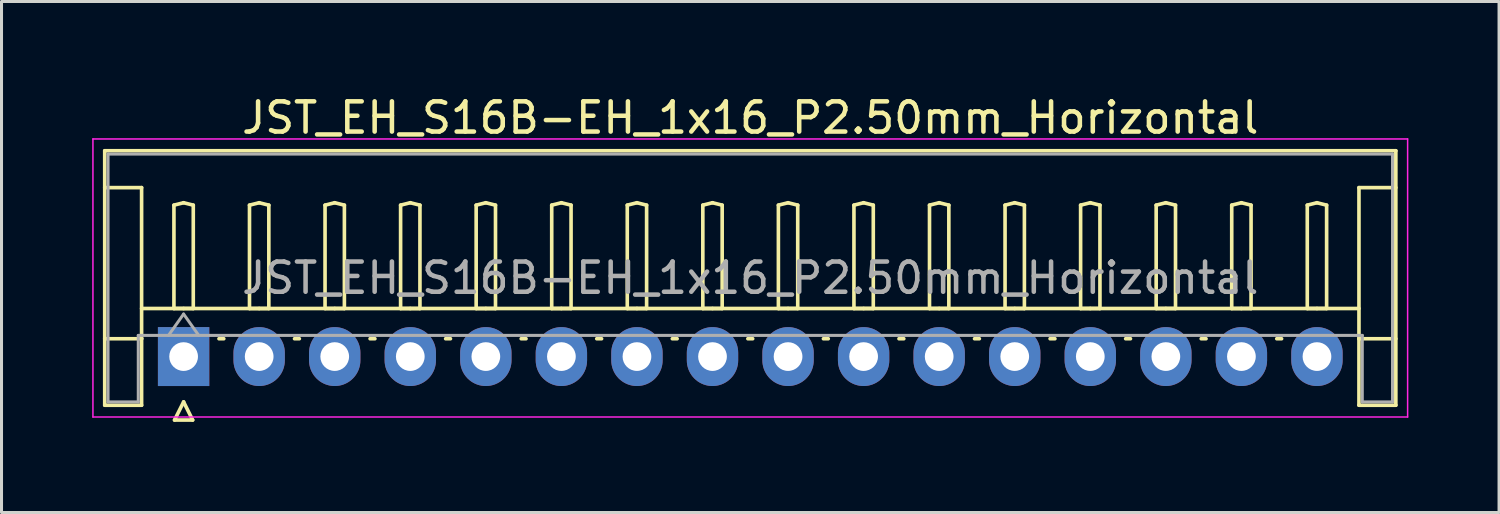
<source format=kicad_pcb>
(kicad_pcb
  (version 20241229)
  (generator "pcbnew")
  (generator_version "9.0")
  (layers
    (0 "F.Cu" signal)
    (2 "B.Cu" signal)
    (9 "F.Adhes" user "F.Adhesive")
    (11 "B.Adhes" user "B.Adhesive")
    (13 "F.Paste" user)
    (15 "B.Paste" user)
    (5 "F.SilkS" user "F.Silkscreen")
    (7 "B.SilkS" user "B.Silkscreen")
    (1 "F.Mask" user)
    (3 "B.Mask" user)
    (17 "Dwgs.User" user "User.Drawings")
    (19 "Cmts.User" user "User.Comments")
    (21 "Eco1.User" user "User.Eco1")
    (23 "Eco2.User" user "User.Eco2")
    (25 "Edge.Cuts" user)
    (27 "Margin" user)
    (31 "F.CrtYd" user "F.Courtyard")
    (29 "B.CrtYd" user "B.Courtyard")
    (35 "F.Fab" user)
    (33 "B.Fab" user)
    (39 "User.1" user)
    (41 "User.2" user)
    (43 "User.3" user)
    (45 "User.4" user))
  (footprint "JST_EH_S16B-EH_1x16_P2.50mm_Horizontal"
    (layer "F.Cu")
    (at 3.025 8.748)
    (property "Reference" "JST_EH_S16B-EH_1x16_P2.50mm_Horizontal" (at 18.75 -7.9 0) (layer "F.SilkS") (effects (font (size 1 1) (thickness 0.15))))
    (attr through_hole)
    (fp_line (start -2.61 -6.81) (end 40.11 -6.81) (stroke (width 0.12) (type solid)) (layer "F.SilkS"))
    (fp_line (start -2.61 -5.59) (end -1.39 -5.59) (stroke (width 0.12) (type solid)) (layer "F.SilkS"))
    (fp_line (start -2.61 1.61) (end -2.61 -6.81) (stroke (width 0.12) (type solid)) (layer "F.SilkS"))
    (fp_line (start -1.39 -5.59) (end -1.39 -0.59) (stroke (width 0.12) (type solid)) (layer "F.SilkS"))
    (fp_line (start -1.39 -1.59) (end 38.89 -1.59) (stroke (width 0.12) (type solid)) (layer "F.SilkS"))
    (fp_line (start -1.39 -0.59) (end -2.61 -0.59) (stroke (width 0.12) (type solid)) (layer "F.SilkS"))
    (fp_line (start -1.39 -0.59) (end -1.39 1.61) (stroke (width 0.12) (type solid)) (layer "F.SilkS"))
    (fp_line (start -1.39 1.61) (end -2.61 1.61) (stroke (width 0.12) (type solid)) (layer "F.SilkS"))
    (fp_line (start -0.32 -5.01) (end 0 -5.09) (stroke (width 0.12) (type solid)) (layer "F.SilkS"))
    (fp_line (start -0.32 -1.59) (end -0.32 -5.01) (stroke (width 0.12) (type solid)) (layer "F.SilkS"))
    (fp_line (start -0.3 2.1) (end 0.3 2.1) (stroke (width 0.12) (type solid)) (layer "F.SilkS"))
    (fp_line (start 0 -5.09) (end 0.32 -5.01) (stroke (width 0.12) (type solid)) (layer "F.SilkS"))
    (fp_line (start 0 -1.59) (end -0.32 -1.59) (stroke (width 0.12) (type solid)) (layer "F.SilkS"))
    (fp_line (start 0 1.5) (end -0.3 2.1) (stroke (width 0.12) (type solid)) (layer "F.SilkS"))
    (fp_line (start 0.3 2.1) (end 0 1.5) (stroke (width 0.12) (type solid)) (layer "F.SilkS"))
    (fp_line (start 0.32 -5.01) (end 0.32 -1.59) (stroke (width 0.12) (type solid)) (layer "F.SilkS"))
    (fp_line (start 0.32 -1.59) (end 0 -1.59) (stroke (width 0.12) (type solid)) (layer "F.SilkS"))
    (fp_line (start 1.17 -0.59) (end 1.33 -0.59) (stroke (width 0.12) (type solid)) (layer "F.SilkS"))
    (fp_line (start 2.18 -5.01) (end 2.5 -5.09) (stroke (width 0.12) (type solid)) (layer "F.SilkS"))
    (fp_line (start 2.18 -1.59) (end 2.18 -5.01) (stroke (width 0.12) (type solid)) (layer "F.SilkS"))
    (fp_line (start 2.5 -5.09) (end 2.82 -5.01) (stroke (width 0.12) (type solid)) (layer "F.SilkS"))
    (fp_line (start 2.5 -1.59) (end 2.18 -1.59) (stroke (width 0.12) (type solid)) (layer "F.SilkS"))
    (fp_line (start 2.82 -5.01) (end 2.82 -1.59) (stroke (width 0.12) (type solid)) (layer "F.SilkS"))
    (fp_line (start 2.82 -1.59) (end 2.5 -1.59) (stroke (width 0.12) (type solid)) (layer "F.SilkS"))
    (fp_line (start 3.67 -0.59) (end 3.83 -0.59) (stroke (width 0.12) (type solid)) (layer "F.SilkS"))
    (fp_line (start 4.68 -5.01) (end 5 -5.09) (stroke (width 0.12) (type solid)) (layer "F.SilkS"))
    (fp_line (start 4.68 -1.59) (end 4.68 -5.01) (stroke (width 0.12) (type solid)) (layer "F.SilkS"))
    (fp_line (start 5 -5.09) (end 5.32 -5.01) (stroke (width 0.12) (type solid)) (layer "F.SilkS"))
    (fp_line (start 5 -1.59) (end 4.68 -1.59) (stroke (width 0.12) (type solid)) (layer "F.SilkS"))
    (fp_line (start 5.32 -5.01) (end 5.32 -1.59) (stroke (width 0.12) (type solid)) (layer "F.SilkS"))
    (fp_line (start 5.32 -1.59) (end 5 -1.59) (stroke (width 0.12) (type solid)) (layer "F.SilkS"))
    (fp_line (start 6.17 -0.59) (end 6.33 -0.59) (stroke (width 0.12) (type solid)) (layer "F.SilkS"))
    (fp_line (start 7.18 -5.01) (end 7.5 -5.09) (stroke (width 0.12) (type solid)) (layer "F.SilkS"))
    (fp_line (start 7.18 -1.59) (end 7.18 -5.01) (stroke (width 0.12) (type solid)) (layer "F.SilkS"))
    (fp_line (start 7.5 -5.09) (end 7.82 -5.01) (stroke (width 0.12) (type solid)) (layer "F.SilkS"))
    (fp_line (start 7.5 -1.59) (end 7.18 -1.59) (stroke (width 0.12) (type solid)) (layer "F.SilkS"))
    (fp_line (start 7.82 -5.01) (end 7.82 -1.59) (stroke (width 0.12) (type solid)) (layer "F.SilkS"))
    (fp_line (start 7.82 -1.59) (end 7.5 -1.59) (stroke (width 0.12) (type solid)) (layer "F.SilkS"))
    (fp_line (start 8.67 -0.59) (end 8.83 -0.59) (stroke (width 0.12) (type solid)) (layer "F.SilkS"))
    (fp_line (start 9.68 -5.01) (end 10 -5.09) (stroke (width 0.12) (type solid)) (layer "F.SilkS"))
    (fp_line (start 9.68 -1.59) (end 9.68 -5.01) (stroke (width 0.12) (type solid)) (layer "F.SilkS"))
    (fp_line (start 10 -5.09) (end 10.32 -5.01) (stroke (width 0.12) (type solid)) (layer "F.SilkS"))
    (fp_line (start 10 -1.59) (end 9.68 -1.59) (stroke (width 0.12) (type solid)) (layer "F.SilkS"))
    (fp_line (start 10.32 -5.01) (end 10.32 -1.59) (stroke (width 0.12) (type solid)) (layer "F.SilkS"))
    (fp_line (start 10.32 -1.59) (end 10 -1.59) (stroke (width 0.12) (type solid)) (layer "F.SilkS"))
    (fp_line (start 11.17 -0.59) (end 11.33 -0.59) (stroke (width 0.12) (type solid)) (layer "F.SilkS"))
    (fp_line (start 12.18 -5.01) (end 12.5 -5.09) (stroke (width 0.12) (type solid)) (layer "F.SilkS"))
    (fp_line (start 12.18 -1.59) (end 12.18 -5.01) (stroke (width 0.12) (type solid)) (layer "F.SilkS"))
    (fp_line (start 12.5 -5.09) (end 12.82 -5.01) (stroke (width 0.12) (type solid)) (layer "F.SilkS"))
    (fp_line (start 12.5 -1.59) (end 12.18 -1.59) (stroke (width 0.12) (type solid)) (layer "F.SilkS"))
    (fp_line (start 12.82 -5.01) (end 12.82 -1.59) (stroke (width 0.12) (type solid)) (layer "F.SilkS"))
    (fp_line (start 12.82 -1.59) (end 12.5 -1.59) (stroke (width 0.12) (type solid)) (layer "F.SilkS"))
    (fp_line (start 13.67 -0.59) (end 13.83 -0.59) (stroke (width 0.12) (type solid)) (layer "F.SilkS"))
    (fp_line (start 14.68 -5.01) (end 15 -5.09) (stroke (width 0.12) (type solid)) (layer "F.SilkS"))
    (fp_line (start 14.68 -1.59) (end 14.68 -5.01) (stroke (width 0.12) (type solid)) (layer "F.SilkS"))
    (fp_line (start 15 -5.09) (end 15.32 -5.01) (stroke (width 0.12) (type solid)) (layer "F.SilkS"))
    (fp_line (start 15 -1.59) (end 14.68 -1.59) (stroke (width 0.12) (type solid)) (layer "F.SilkS"))
    (fp_line (start 15.32 -5.01) (end 15.32 -1.59) (stroke (width 0.12) (type solid)) (layer "F.SilkS"))
    (fp_line (start 15.32 -1.59) (end 15 -1.59) (stroke (width 0.12) (type solid)) (layer "F.SilkS"))
    (fp_line (start 16.17 -0.59) (end 16.33 -0.59) (stroke (width 0.12) (type solid)) (layer "F.SilkS"))
    (fp_line (start 17.18 -5.01) (end 17.5 -5.09) (stroke (width 0.12) (type solid)) (layer "F.SilkS"))
    (fp_line (start 17.18 -1.59) (end 17.18 -5.01) (stroke (width 0.12) (type solid)) (layer "F.SilkS"))
    (fp_line (start 17.5 -5.09) (end 17.82 -5.01) (stroke (width 0.12) (type solid)) (layer "F.SilkS"))
    (fp_line (start 17.5 -1.59) (end 17.18 -1.59) (stroke (width 0.12) (type solid)) (layer "F.SilkS"))
    (fp_line (start 17.82 -5.01) (end 17.82 -1.59) (stroke (width 0.12) (type solid)) (layer "F.SilkS"))
    (fp_line (start 17.82 -1.59) (end 17.5 -1.59) (stroke (width 0.12) (type solid)) (layer "F.SilkS"))
    (fp_line (start 18.67 -0.59) (end 18.83 -0.59) (stroke (width 0.12) (type solid)) (layer "F.SilkS"))
    (fp_line (start 19.68 -5.01) (end 20 -5.09) (stroke (width 0.12) (type solid)) (layer "F.SilkS"))
    (fp_line (start 19.68 -1.59) (end 19.68 -5.01) (stroke (width 0.12) (type solid)) (layer "F.SilkS"))
    (fp_line (start 20 -5.09) (end 20.32 -5.01) (stroke (width 0.12) (type solid)) (layer "F.SilkS"))
    (fp_line (start 20 -1.59) (end 19.68 -1.59) (stroke (width 0.12) (type solid)) (layer "F.SilkS"))
    (fp_line (start 20.32 -5.01) (end 20.32 -1.59) (stroke (width 0.12) (type solid)) (layer "F.SilkS"))
    (fp_line (start 20.32 -1.59) (end 20 -1.59) (stroke (width 0.12) (type solid)) (layer "F.SilkS"))
    (fp_line (start 21.17 -0.59) (end 21.33 -0.59) (stroke (width 0.12) (type solid)) (layer "F.SilkS"))
    (fp_line (start 22.18 -5.01) (end 22.5 -5.09) (stroke (width 0.12) (type solid)) (layer "F.SilkS"))
    (fp_line (start 22.18 -1.59) (end 22.18 -5.01) (stroke (width 0.12) (type solid)) (layer "F.SilkS"))
    (fp_line (start 22.5 -5.09) (end 22.82 -5.01) (stroke (width 0.12) (type solid)) (layer "F.SilkS"))
    (fp_line (start 22.5 -1.59) (end 22.18 -1.59) (stroke (width 0.12) (type solid)) (layer "F.SilkS"))
    (fp_line (start 22.82 -5.01) (end 22.82 -1.59) (stroke (width 0.12) (type solid)) (layer "F.SilkS"))
    (fp_line (start 22.82 -1.59) (end 22.5 -1.59) (stroke (width 0.12) (type solid)) (layer "F.SilkS"))
    (fp_line (start 23.67 -0.59) (end 23.83 -0.59) (stroke (width 0.12) (type solid)) (layer "F.SilkS"))
    (fp_line (start 24.68 -5.01) (end 25 -5.09) (stroke (width 0.12) (type solid)) (layer "F.SilkS"))
    (fp_line (start 24.68 -1.59) (end 24.68 -5.01) (stroke (width 0.12) (type solid)) (layer "F.SilkS"))
    (fp_line (start 25 -5.09) (end 25.32 -5.01) (stroke (width 0.12) (type solid)) (layer "F.SilkS"))
    (fp_line (start 25 -1.59) (end 24.68 -1.59) (stroke (width 0.12) (type solid)) (layer "F.SilkS"))
    (fp_line (start 25.32 -5.01) (end 25.32 -1.59) (stroke (width 0.12) (type solid)) (layer "F.SilkS"))
    (fp_line (start 25.32 -1.59) (end 25 -1.59) (stroke (width 0.12) (type solid)) (layer "F.SilkS"))
    (fp_line (start 26.17 -0.59) (end 26.33 -0.59) (stroke (width 0.12) (type solid)) (layer "F.SilkS"))
    (fp_line (start 27.18 -5.01) (end 27.5 -5.09) (stroke (width 0.12) (type solid)) (layer "F.SilkS"))
    (fp_line (start 27.18 -1.59) (end 27.18 -5.01) (stroke (width 0.12) (type solid)) (layer "F.SilkS"))
    (fp_line (start 27.5 -5.09) (end 27.82 -5.01) (stroke (width 0.12) (type solid)) (layer "F.SilkS"))
    (fp_line (start 27.5 -1.59) (end 27.18 -1.59) (stroke (width 0.12) (type solid)) (layer "F.SilkS"))
    (fp_line (start 27.82 -5.01) (end 27.82 -1.59) (stroke (width 0.12) (type solid)) (layer "F.SilkS"))
    (fp_line (start 27.82 -1.59) (end 27.5 -1.59) (stroke (width 0.12) (type solid)) (layer "F.SilkS"))
    (fp_line (start 28.67 -0.59) (end 28.83 -0.59) (stroke (width 0.12) (type solid)) (layer "F.SilkS"))
    (fp_line (start 29.68 -5.01) (end 30 -5.09) (stroke (width 0.12) (type solid)) (layer "F.SilkS"))
    (fp_line (start 29.68 -1.59) (end 29.68 -5.01) (stroke (width 0.12) (type solid)) (layer "F.SilkS"))
    (fp_line (start 30 -5.09) (end 30.32 -5.01) (stroke (width 0.12) (type solid)) (layer "F.SilkS"))
    (fp_line (start 30 -1.59) (end 29.68 -1.59) (stroke (width 0.12) (type solid)) (layer "F.SilkS"))
    (fp_line (start 30.32 -5.01) (end 30.32 -1.59) (stroke (width 0.12) (type solid)) (layer "F.SilkS"))
    (fp_line (start 30.32 -1.59) (end 30 -1.59) (stroke (width 0.12) (type solid)) (layer "F.SilkS"))
    (fp_line (start 31.17 -0.59) (end 31.33 -0.59) (stroke (width 0.12) (type solid)) (layer "F.SilkS"))
    (fp_line (start 32.18 -5.01) (end 32.5 -5.09) (stroke (width 0.12) (type solid)) (layer "F.SilkS"))
    (fp_line (start 32.18 -1.59) (end 32.18 -5.01) (stroke (width 0.12) (type solid)) (layer "F.SilkS"))
    (fp_line (start 32.5 -5.09) (end 32.82 -5.01) (stroke (width 0.12) (type solid)) (layer "F.SilkS"))
    (fp_line (start 32.5 -1.59) (end 32.18 -1.59) (stroke (width 0.12) (type solid)) (layer "F.SilkS"))
    (fp_line (start 32.82 -5.01) (end 32.82 -1.59) (stroke (width 0.12) (type solid)) (layer "F.SilkS"))
    (fp_line (start 32.82 -1.59) (end 32.5 -1.59) (stroke (width 0.12) (type solid)) (layer "F.SilkS"))
    (fp_line (start 33.67 -0.59) (end 33.83 -0.59) (stroke (width 0.12) (type solid)) (layer "F.SilkS"))
    (fp_line (start 34.68 -5.01) (end 35 -5.09) (stroke (width 0.12) (type solid)) (layer "F.SilkS"))
    (fp_line (start 34.68 -1.59) (end 34.68 -5.01) (stroke (width 0.12) (type solid)) (layer "F.SilkS"))
    (fp_line (start 35 -5.09) (end 35.32 -5.01) (stroke (width 0.12) (type solid)) (layer "F.SilkS"))
    (fp_line (start 35 -1.59) (end 34.68 -1.59) (stroke (width 0.12) (type solid)) (layer "F.SilkS"))
    (fp_line (start 35.32 -5.01) (end 35.32 -1.59) (stroke (width 0.12) (type solid)) (layer "F.SilkS"))
    (fp_line (start 35.32 -1.59) (end 35 -1.59) (stroke (width 0.12) (type solid)) (layer "F.SilkS"))
    (fp_line (start 36.17 -0.59) (end 36.33 -0.59) (stroke (width 0.12) (type solid)) (layer "F.SilkS"))
    (fp_line (start 37.18 -5.01) (end 37.5 -5.09) (stroke (width 0.12) (type solid)) (layer "F.SilkS"))
    (fp_line (start 37.18 -1.59) (end 37.18 -5.01) (stroke (width 0.12) (type solid)) (layer "F.SilkS"))
    (fp_line (start 37.5 -5.09) (end 37.82 -5.01) (stroke (width 0.12) (type solid)) (layer "F.SilkS"))
    (fp_line (start 37.5 -1.59) (end 37.18 -1.59) (stroke (width 0.12) (type solid)) (layer "F.SilkS"))
    (fp_line (start 37.82 -5.01) (end 37.82 -1.59) (stroke (width 0.12) (type solid)) (layer "F.SilkS"))
    (fp_line (start 37.82 -1.59) (end 37.5 -1.59) (stroke (width 0.12) (type solid)) (layer "F.SilkS"))
    (fp_line (start 38.89 -5.59) (end 38.89 -0.59) (stroke (width 0.12) (type solid)) (layer "F.SilkS"))
    (fp_line (start 38.89 -0.59) (end 40.11 -0.59) (stroke (width 0.12) (type solid)) (layer "F.SilkS"))
    (fp_line (start 38.89 1.61) (end 38.89 -0.59) (stroke (width 0.12) (type solid)) (layer "F.SilkS"))
    (fp_line (start 40.11 -6.81) (end 40.11 1.61) (stroke (width 0.12) (type solid)) (layer "F.SilkS"))
    (fp_line (start 40.11 -5.59) (end 38.89 -5.59) (stroke (width 0.12) (type solid)) (layer "F.SilkS"))
    (fp_line (start 40.11 1.61) (end 38.89 1.61) (stroke (width 0.12) (type solid)) (layer "F.SilkS"))
    (fp_line (start -3 -7.2) (end -3 2) (stroke (width 0.05) (type solid)) (layer "F.CrtYd"))
    (fp_line (start -3 2) (end 40.5 2) (stroke (width 0.05) (type solid)) (layer "F.CrtYd"))
    (fp_line (start 40.5 -7.2) (end -3 -7.2) (stroke (width 0.05) (type solid)) (layer "F.CrtYd"))
    (fp_line (start 40.5 2) (end 40.5 -7.2) (stroke (width 0.05) (type solid)) (layer "F.CrtYd"))
    (fp_line (start -2.5 -6.7) (end 40 -6.7) (stroke (width 0.1) (type solid)) (layer "F.Fab"))
    (fp_line (start -2.5 1.5) (end -2.5 -6.7) (stroke (width 0.1) (type solid)) (layer "F.Fab"))
    (fp_line (start -1.5 -0.7) (end -1.5 1.5) (stroke (width 0.1) (type solid)) (layer "F.Fab"))
    (fp_line (start -1.5 1.5) (end -2.5 1.5) (stroke (width 0.1) (type solid)) (layer "F.Fab"))
    (fp_line (start -0.5 -0.7) (end 0 -1.407) (stroke (width 0.1) (type solid)) (layer "F.Fab"))
    (fp_line (start 0 -1.407) (end 0.5 -0.7) (stroke (width 0.1) (type solid)) (layer "F.Fab"))
    (fp_line (start 39 -0.7) (end -1.5 -0.7) (stroke (width 0.1) (type solid)) (layer "F.Fab"))
    (fp_line (start 39 1.5) (end 39 -0.7) (stroke (width 0.1) (type solid)) (layer "F.Fab"))
    (fp_line (start 40 -6.7) (end 40 1.5) (stroke (width 0.1) (type solid)) (layer "F.Fab"))
    (fp_line (start 40 1.5) (end 39 1.5) (stroke (width 0.1) (type solid)) (layer "F.Fab"))
    (fp_text user "${REFERENCE}" (at 18.75 -2.6 0) (layer "F.Fab") (effects (font (size 1 1) (thickness 0.15))))
    (pad "1" thru_hole rect (at 0 0) (size 1.7 1.95) (drill 0.95) (layers "*.Cu" "*.Mask"))
    (pad "2" thru_hole oval (at 2.5 0) (size 1.7 1.95) (drill 0.95) (layers "*.Cu" "*.Mask"))
    (pad "3" thru_hole oval (at 5 0) (size 1.7 1.95) (drill 0.95) (layers "*.Cu" "*.Mask"))
    (pad "4" thru_hole oval (at 7.5 0) (size 1.7 1.95) (drill 0.95) (layers "*.Cu" "*.Mask"))
    (pad "5" thru_hole oval (at 10 0) (size 1.7 1.95) (drill 0.95) (layers "*.Cu" "*.Mask"))
    (pad "6" thru_hole oval (at 12.5 0) (size 1.7 1.95) (drill 0.95) (layers "*.Cu" "*.Mask"))
    (pad "7" thru_hole oval (at 15 0) (size 1.7 1.95) (drill 0.95) (layers "*.Cu" "*.Mask"))
    (pad "8" thru_hole oval (at 17.5 0) (size 1.7 1.95) (drill 0.95) (layers "*.Cu" "*.Mask"))
    (pad "9" thru_hole oval (at 20 0) (size 1.7 1.95) (drill 0.95) (layers "*.Cu" "*.Mask"))
    (pad "10" thru_hole oval (at 22.5 0) (size 1.7 1.95) (drill 0.95) (layers "*.Cu" "*.Mask"))
    (pad "11" thru_hole oval (at 25 0) (size 1.7 1.95) (drill 0.95) (layers "*.Cu" "*.Mask"))
    (pad "12" thru_hole oval (at 27.5 0) (size 1.7 1.95) (drill 0.95) (layers "*.Cu" "*.Mask"))
    (pad "13" thru_hole oval (at 30 0) (size 1.7 1.95) (drill 0.95) (layers "*.Cu" "*.Mask"))
    (pad "14" thru_hole oval (at 32.5 0) (size 1.7 1.95) (drill 0.95) (layers "*.Cu" "*.Mask"))
    (pad "15" thru_hole oval (at 35 0) (size 1.7 1.95) (drill 0.95) (layers "*.Cu" "*.Mask"))
    (pad "16" thru_hole oval (at 37.5 0) (size 1.7 1.95) (drill 0.95) (layers "*.Cu" "*.Mask")))
  (gr_rect
    (start -3 -3)
    (end 46.55 13.908)
    (stroke (width 0.1) (type default))
    (fill no)
    (layer "Edge.Cuts")))
</source>
